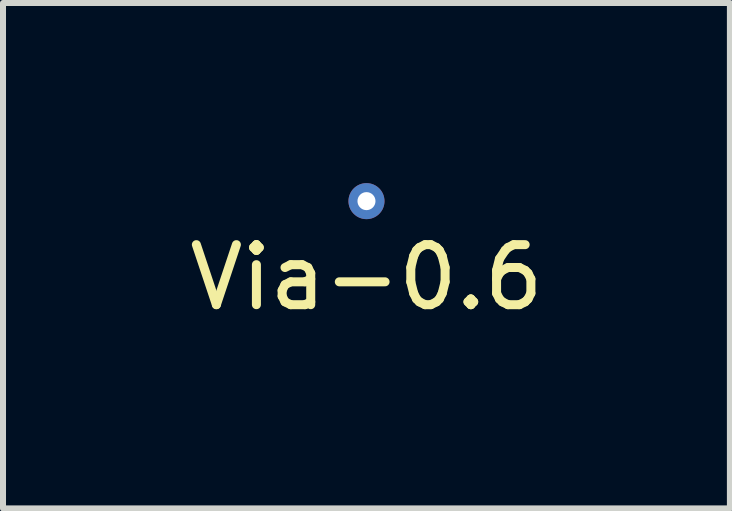
<source format=kicad_pcb>
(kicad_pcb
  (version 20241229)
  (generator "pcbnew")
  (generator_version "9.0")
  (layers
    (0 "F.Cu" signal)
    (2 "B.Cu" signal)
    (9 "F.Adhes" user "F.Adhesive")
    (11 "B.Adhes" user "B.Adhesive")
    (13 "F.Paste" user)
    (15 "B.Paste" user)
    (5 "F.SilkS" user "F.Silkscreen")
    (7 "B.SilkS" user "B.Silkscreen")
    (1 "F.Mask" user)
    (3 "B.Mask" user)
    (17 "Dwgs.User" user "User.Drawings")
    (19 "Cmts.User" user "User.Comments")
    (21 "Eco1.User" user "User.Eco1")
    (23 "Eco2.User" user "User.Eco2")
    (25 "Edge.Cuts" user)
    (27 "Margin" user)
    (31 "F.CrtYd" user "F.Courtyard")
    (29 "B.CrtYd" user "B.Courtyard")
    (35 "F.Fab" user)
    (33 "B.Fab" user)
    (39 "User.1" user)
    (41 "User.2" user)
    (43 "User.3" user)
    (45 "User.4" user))
  (footprint "Via-0.6"
    (layer "F.Cu")
    (at 3.054 0.3)
    (property "Reference" "Via-0.6" (at 0 1.27 0) (layer "F.SilkS") (effects (font (size 1 1) (thickness 0.15))))
    (attr through_hole)
    (pad "1" thru_hole circle (at 0 0) (size 0.6 0.6) (drill 0.3) (layers "*.Cu")))
  (gr_rect
    (start -3 -3)
    (end 9.107 5.418)
    (stroke (width 0.1) (type default))
    (fill no)
    (layer "Edge.Cuts")))
</source>
